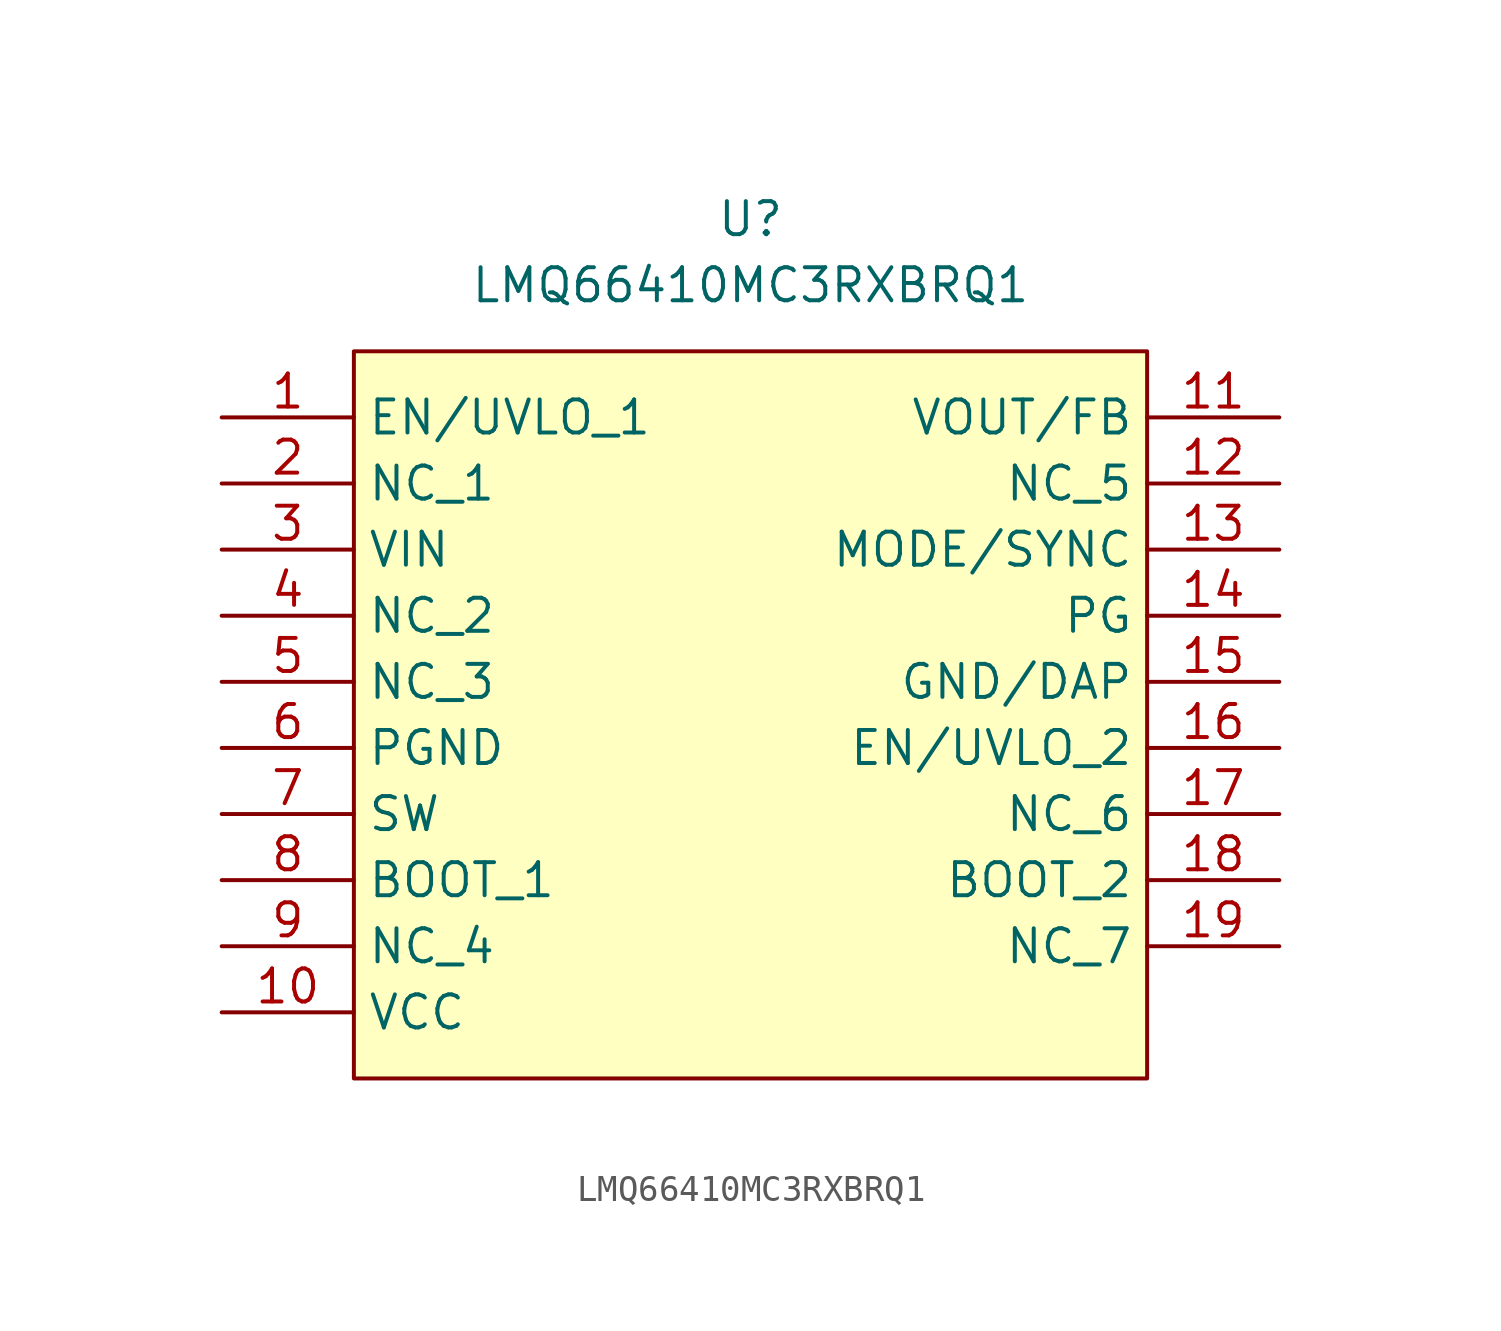
<source format=kicad_sym>
(kicad_symbol_lib
  (version 20241209)
  (generator "kicad_symbol_editor")
  (generator_version "9.0")
  (symbol "LMQ66410MC3RXBRQ1"
    (property "Reference" "U"
      (at 0 5.08 0)
      (effects (font (size 1.27 1.27))))
    (property "Value" "LMQ66410MC3RXBRQ1"
      (at 0 2.54 0)
      (effects (font (size 1.27 1.27))))
    (symbol "LMQ66410MC3RXBRQ1_1_1"
      (rectangle (start -15.24 0) (end 15.24 -27.94) (stroke (width 0) (type solid)) (fill (type background)))
      (pin passive line (at -20.32 -2.54 0) (length 5.08) (name "EN/UVLO_1" (effects (font (size 1.27 1.27)))) (number "1" (effects (font (size 1.27 1.27)))))
      (pin passive line (at -20.32 -5.08 0) (length 5.08) (name "NC_1" (effects (font (size 1.27 1.27)))) (number "2" (effects (font (size 1.27 1.27)))))
      (pin passive line (at -20.32 -7.62 0) (length 5.08) (name "VIN" (effects (font (size 1.27 1.27)))) (number "3" (effects (font (size 1.27 1.27)))))
      (pin passive line (at -20.32 -10.16 0) (length 5.08) (name "NC_2" (effects (font (size 1.27 1.27)))) (number "4" (effects (font (size 1.27 1.27)))))
      (pin passive line (at -20.32 -12.7 0) (length 5.08) (name "NC_3" (effects (font (size 1.27 1.27)))) (number "5" (effects (font (size 1.27 1.27)))))
      (pin passive line (at -20.32 -15.24 0) (length 5.08) (name "PGND" (effects (font (size 1.27 1.27)))) (number "6" (effects (font (size 1.27 1.27)))))
      (pin passive line (at -20.32 -17.78 0) (length 5.08) (name "SW" (effects (font (size 1.27 1.27)))) (number "7" (effects (font (size 1.27 1.27)))))
      (pin passive line (at -20.32 -20.32 0) (length 5.08) (name "BOOT_1" (effects (font (size 1.27 1.27)))) (number "8" (effects (font (size 1.27 1.27)))))
      (pin passive line (at -20.32 -22.86 0) (length 5.08) (name "NC_4" (effects (font (size 1.27 1.27)))) (number "9" (effects (font (size 1.27 1.27)))))
      (pin passive line (at -20.32 -25.4 0) (length 5.08) (name "VCC" (effects (font (size 1.27 1.27)))) (number "10" (effects (font (size 1.27 1.27)))))
      (pin passive line (at 20.32 -2.54 180) (length 5.08) (name "VOUT/FB" (effects (font (size 1.27 1.27)))) (number "11" (effects (font (size 1.27 1.27)))))
      (pin passive line (at 20.32 -5.08 180) (length 5.08) (name "NC_5" (effects (font (size 1.27 1.27)))) (number "12" (effects (font (size 1.27 1.27)))))
      (pin passive line (at 20.32 -7.62 180) (length 5.08) (name "MODE/SYNC" (effects (font (size 1.27 1.27)))) (number "13" (effects (font (size 1.27 1.27)))))
      (pin passive line (at 20.32 -10.16 180) (length 5.08) (name "PG" (effects (font (size 1.27 1.27)))) (number "14" (effects (font (size 1.27 1.27)))))
      (pin passive line (at 20.32 -12.7 180) (length 5.08) (name "GND/DAP" (effects (font (size 1.27 1.27)))) (number "15" (effects (font (size 1.27 1.27)))))
      (pin passive line (at 20.32 -15.24 180) (length 5.08) (name "EN/UVLO_2" (effects (font (size 1.27 1.27)))) (number "16" (effects (font (size 1.27 1.27)))))
      (pin passive line (at 20.32 -17.78 180) (length 5.08) (name "NC_6" (effects (font (size 1.27 1.27)))) (number "17" (effects (font (size 1.27 1.27)))))
      (pin passive line (at 20.32 -20.32 180) (length 5.08) (name "BOOT_2" (effects (font (size 1.27 1.27)))) (number "18" (effects (font (size 1.27 1.27)))))
      (pin passive line (at 20.32 -22.86 180) (length 5.08) (name "NC_7" (effects (font (size 1.27 1.27)))) (number "19" (effects (font (size 1.27 1.27))))))))
</source>
